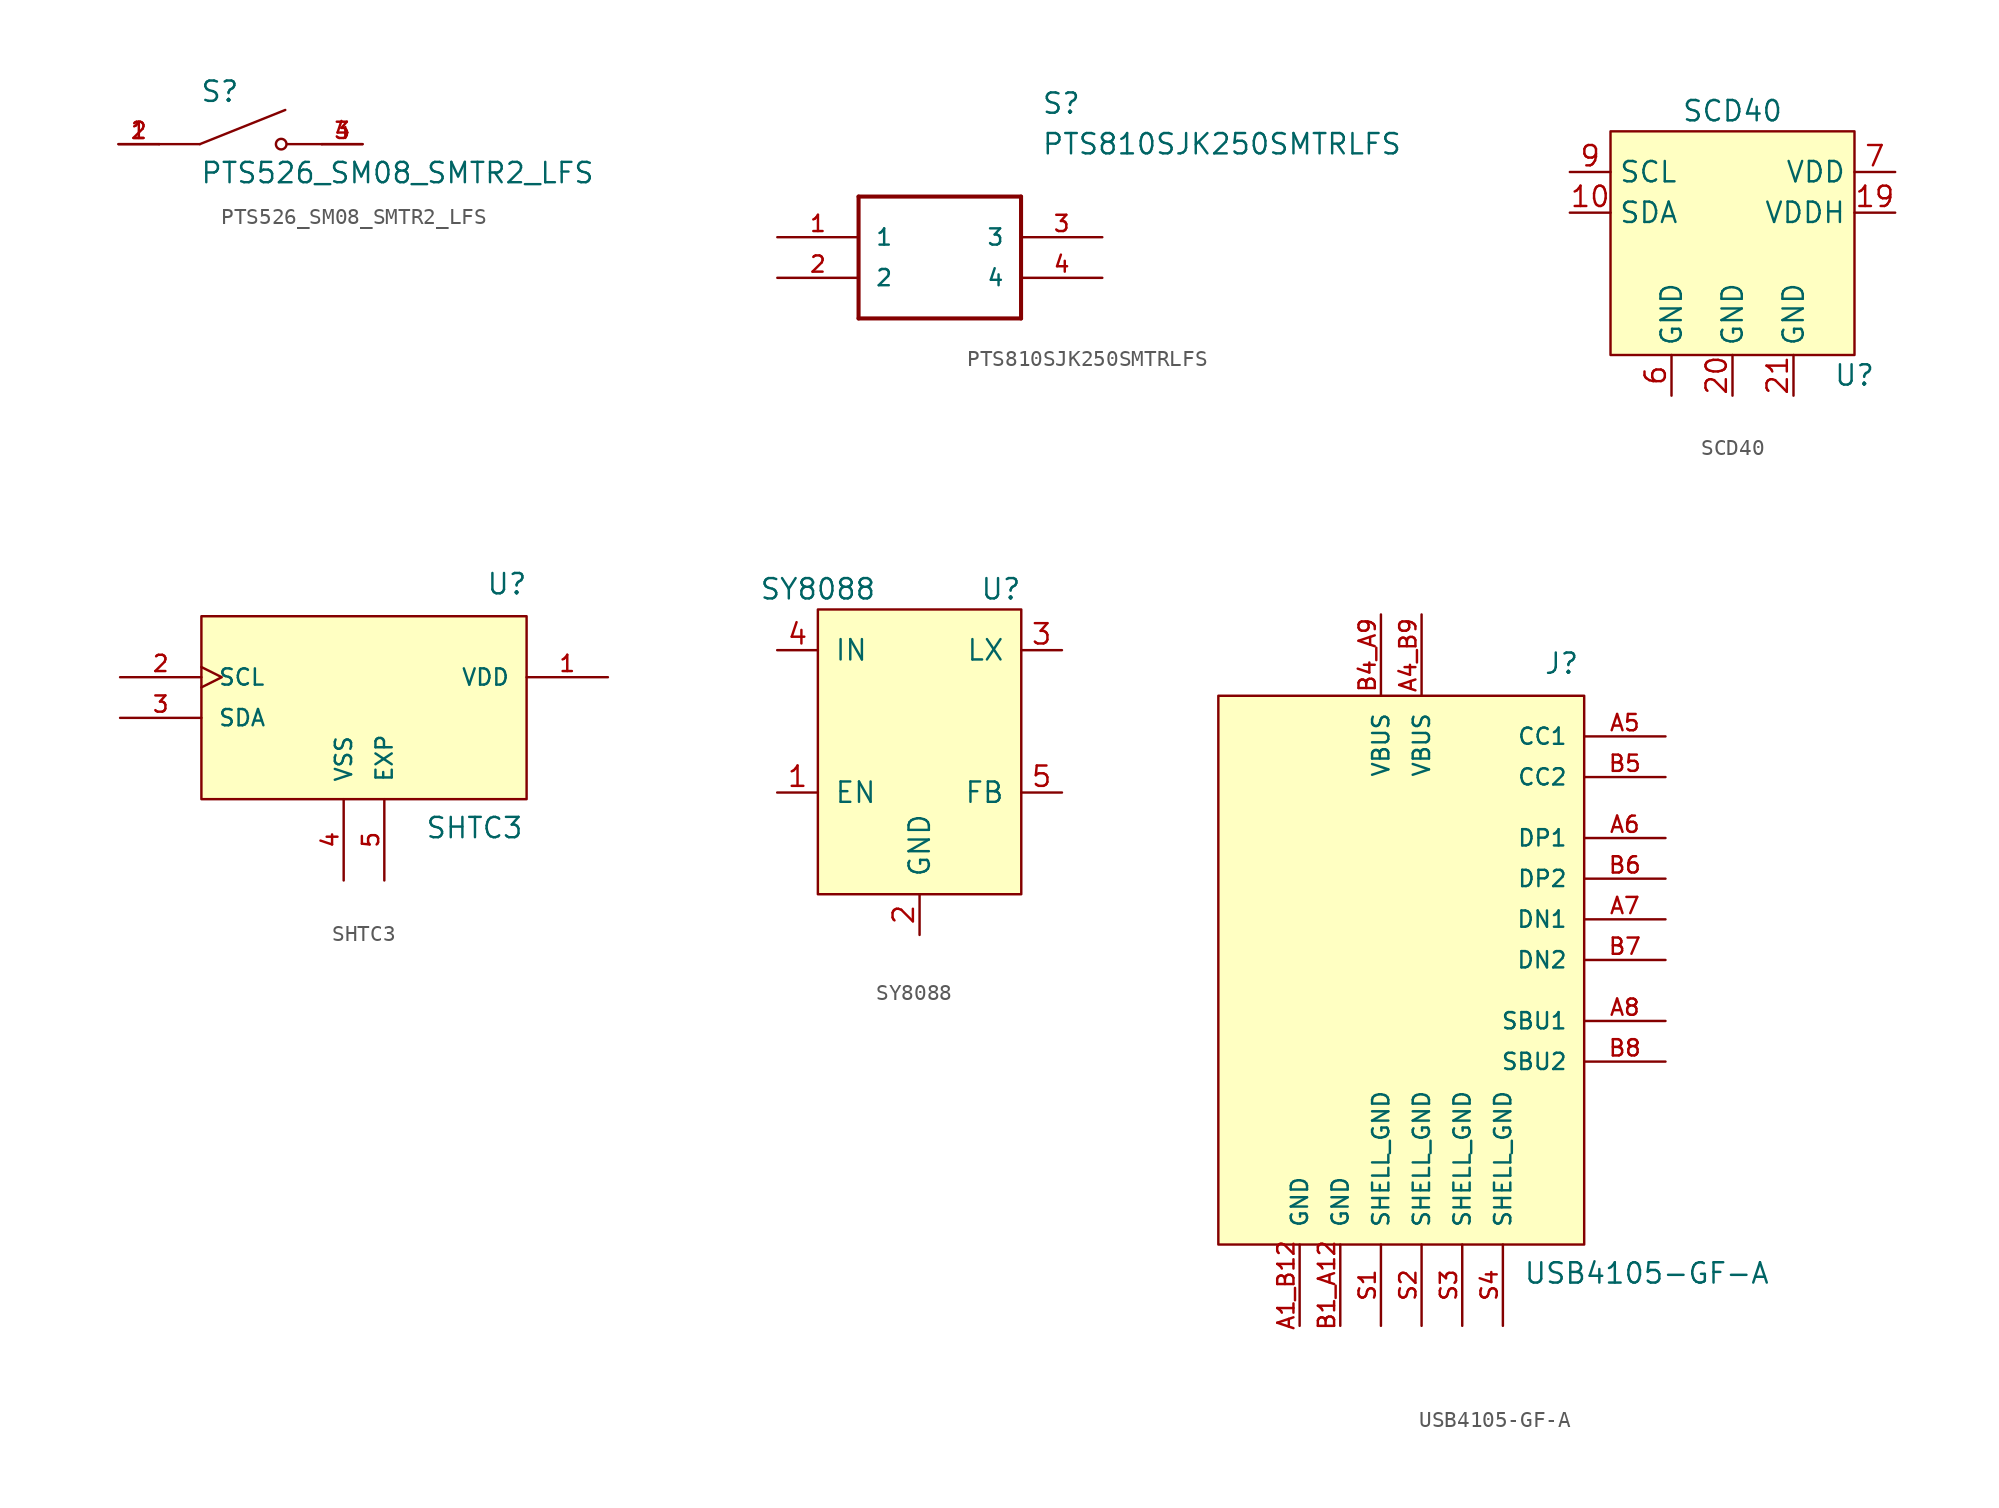
<source format=kicad_sym>
(kicad_symbol_lib
  (version 20231120)
  (generator "kicad_symbol_editor")
  (generator_version "8.0")
  (symbol "PTS526_SM08_SMTR2_LFS"
    (pin_names
      (offset 1.016) hide)
    (property "Reference" "S"
      (at -2.54 2.54 0)
      (effects (font (size 1.27 1.27)) (justify left bottom)))
    (property "Value" "PTS526_SM08_SMTR2_LFS"
      (at -2.54 -2.54 0)
      (effects (font (size 1.27 1.27)) (justify left bottom)))
    (property "ki_locked" ""
      (at 0 0 0)
      (effects (font (size 1.27 1.27))))
    (symbol "PTS526_SM08_SMTR2_LFS_0_0"
      (polyline (pts (xy -2.54 0) (xy -5.08 0)) (stroke (width 0.152) (type default)) (fill (type none)))
      (polyline (pts (xy -2.54 0) (xy 2.794 2.134)) (stroke (width 0.152) (type default)) (fill (type none)))
      (polyline (pts (xy 5.08 0) (xy 2.921 0)) (stroke (width 0.152) (type default)) (fill (type none)))
      (circle (center 2.54 0) (radius 0.33) (stroke (width 0.152) (type default)) (fill (type none)))
      (pin passive line (at -7.62 0 0) (length 2.54) (name "~" (effects (font (size 1.016 1.016)))) (number "1" (effects (font (size 1.016 1.016)))))
      (pin passive line (at -7.62 0 0) (length 2.54) (name "~" (effects (font (size 1.016 1.016)))) (number "2" (effects (font (size 1.016 1.016)))))
      (pin passive line (at 7.62 0 180) (length 2.54) (name "~" (effects (font (size 1.016 1.016)))) (number "3" (effects (font (size 1.016 1.016)))))
      (pin passive line (at 7.62 0 180) (length 2.54) (name "~" (effects (font (size 1.016 1.016)))) (number "4" (effects (font (size 1.016 1.016)))))))
  (symbol "PTS810SJK250SMTRLFS"
    (pin_names
      (offset 1.016))
    (property "Reference" "S"
      (at 16.51 7.62 0)
      (effects (font (size 1.27 1.27)) (justify left bottom)))
    (property "Value" "PTS810SJK250SMTRLFS"
      (at 16.51 5.08 0)
      (effects (font (size 1.27 1.27)) (justify left bottom)))
    (property "ki_locked" ""
      (at 0 0 0)
      (effects (font (size 1.27 1.27))))
    (symbol "PTS810SJK250SMTRLFS_0_0"
      (polyline (pts (xy 5.08 2.54) (xy 5.08 -5.08)) (stroke (width 0.254) (type default)) (fill (type none)))
      (polyline (pts (xy 5.08 2.54) (xy 15.24 2.54)) (stroke (width 0.254) (type default)) (fill (type none)))
      (polyline (pts (xy 15.24 -5.08) (xy 5.08 -5.08)) (stroke (width 0.254) (type default)) (fill (type none)))
      (polyline (pts (xy 15.24 -5.08) (xy 15.24 2.54)) (stroke (width 0.254) (type default)) (fill (type none)))
      (pin bidirectional line (at 0 0 0) (length 5.08) (name "1" (effects (font (size 1.016 1.016)))) (number "1" (effects (font (size 1.016 1.016)))))
      (pin bidirectional line (at 0 -2.54 0) (length 5.08) (name "2" (effects (font (size 1.016 1.016)))) (number "2" (effects (font (size 1.016 1.016)))))
      (pin bidirectional line (at 20.32 0 180) (length 5.08) (name "3" (effects (font (size 1.016 1.016)))) (number "3" (effects (font (size 1.016 1.016)))))
      (pin bidirectional line (at 20.32 -2.54 180) (length 5.08) (name "4" (effects (font (size 1.016 1.016)))) (number "4" (effects (font (size 1.016 1.016)))))))
  (symbol "SCD40"
    (property "Reference" "U"
      (at 7.62 -10.16 0)
      (effects (font (size 1.27 1.27))))
    (property "Value" "SCD40"
      (at 0 6.35 0)
      (effects (font (size 1.27 1.27))))
    (symbol "SCD40_0_1"
      (rectangle (start -7.62 5.08) (end 7.62 -8.89) (stroke (width 0.152) (type default)) (fill (type background))))
    (symbol "SCD40_1_1"
      (pin input line (at -10.16 0 0) (length 2.54) (name "SDA" (effects (font (size 1.27 1.27)))) (number "10" (effects (font (size 1.27 1.27)))))
      (pin input line (at 10.16 0 180) (length 2.54) (name "VDDH" (effects (font (size 1.27 1.27)))) (number "19" (effects (font (size 1.27 1.27)))))
      (pin input line (at 0 -11.43 90) (length 2.54) (name "GND" (effects (font (size 1.27 1.27)))) (number "20" (effects (font (size 1.27 1.27)))))
      (pin input line (at 3.81 -11.43 90) (length 2.54) (name "GND" (effects (font (size 1.27 1.27)))) (number "21" (effects (font (size 1.27 1.27)))))
      (pin input line (at -3.81 -11.43 90) (length 2.54) (name "GND" (effects (font (size 1.27 1.27)))) (number "6" (effects (font (size 1.27 1.27)))))
      (pin input line (at 10.16 2.54 180) (length 2.54) (name "VDD" (effects (font (size 1.27 1.27)))) (number "7" (effects (font (size 1.27 1.27)))))
      (pin input line (at -10.16 2.54 0) (length 2.54) (name "SCL" (effects (font (size 1.27 1.27)))) (number "9" (effects (font (size 1.27 1.27)))))))
  (symbol "SHTC3"
    (pin_names
      (offset 1.016))
    (property "Reference" "U"
      (at 7.62 2.54 0)
      (effects (font (size 1.27 1.27)) (justify left bottom)))
    (property "Value" "SHTC3"
      (at 3.81 -12.7 0)
      (effects (font (size 1.27 1.27)) (justify left bottom)))
    (property "ki_locked" ""
      (at 0 0 0)
      (effects (font (size 1.27 1.27))))
    (symbol "SHTC3_0_0"
      (pin power_in line (at 15.24 -2.54 180) (length 5.08) (name "VDD" (effects (font (size 1.016 1.016)))) (number "1" (effects (font (size 1.016 1.016)))))
      (pin bidirectional clock (at -15.24 -2.54 0) (length 5.08) (name "SCL" (effects (font (size 1.016 1.016)))) (number "2" (effects (font (size 1.016 1.016)))))
      (pin bidirectional line (at -15.24 -5.08 0) (length 5.08) (name "SDA" (effects (font (size 1.016 1.016)))) (number "3" (effects (font (size 1.016 1.016)))))
      (pin power_in line (at -1.27 -15.24 90) (length 5.08) (name "VSS" (effects (font (size 1.016 1.016)))) (number "4" (effects (font (size 1.016 1.016)))))
      (pin power_in line (at 1.27 -15.24 90) (length 5.08) (name "EXP" (effects (font (size 1.016 1.016)))) (number "5" (effects (font (size 1.016 1.016))))))
    (symbol "SHTC3_1_1"
      (rectangle (start -10.16 1.27) (end 10.16 -10.16) (stroke (width 0) (type default)) (fill (type background)))))
  (symbol "SY8088"
    (pin_names
      (offset 1.016))
    (property "Reference" "U"
      (at 5.08 10.16 0)
      (effects (font (size 1.27 1.27))))
    (property "Value" "SY8088"
      (at -6.35 10.16 0)
      (effects (font (size 1.27 1.27))))
    (symbol "SY8088_0_1"
      (rectangle (start -6.35 8.89) (end 6.35 -8.89) (stroke (width 0) (type default)) (fill (type background))))
    (symbol "SY8088_1_1"
      (pin input line (at -8.89 -2.54 0) (length 2.54) (name "EN" (effects (font (size 1.27 1.27)))) (number "1" (effects (font (size 1.27 1.27)))))
      (pin power_in line (at 0 -11.43 90) (length 2.54) (name "GND" (effects (font (size 1.27 1.27)))) (number "2" (effects (font (size 1.27 1.27)))))
      (pin power_out line (at 8.89 6.35 180) (length 2.54) (name "LX" (effects (font (size 1.27 1.27)))) (number "3" (effects (font (size 1.27 1.27)))))
      (pin power_in line (at -8.89 6.35 0) (length 2.54) (name "IN" (effects (font (size 1.27 1.27)))) (number "4" (effects (font (size 1.27 1.27)))))
      (pin input line (at 8.89 -2.54 180) (length 2.54) (name "FB" (effects (font (size 1.27 1.27)))) (number "5" (effects (font (size 1.27 1.27)))))))
  (symbol "USB4105-GF-A"
    (pin_names
      (offset 1.016))
    (property "Reference" "J"
      (at 8.89 17.78 0)
      (effects (font (size 1.27 1.27)) (justify left bottom)))
    (property "Value" "USB4105-GF-A"
      (at 7.62 -20.32 0)
      (effects (font (size 1.27 1.27)) (justify left bottom)))
    (property "ki_locked" ""
      (at 0 0 0)
      (effects (font (size 1.27 1.27))))
    (symbol "USB4105-GF-A_0_0"
      (pin power_in line (at -6.35 -22.86 90) (length 5.08) (name "GND" (effects (font (size 1.016 1.016)))) (number "A1_B12" (effects (font (size 1.016 1.016)))))
      (pin power_in line (at 1.27 21.59 270) (length 5.08) (name "VBUS" (effects (font (size 1.016 1.016)))) (number "A4_B9" (effects (font (size 1.016 1.016)))))
      (pin bidirectional line (at 16.51 13.97 180) (length 5.08) (name "CC1" (effects (font (size 1.016 1.016)))) (number "A5" (effects (font (size 1.016 1.016)))))
      (pin bidirectional line (at 16.51 7.62 180) (length 5.08) (name "DP1" (effects (font (size 1.016 1.016)))) (number "A6" (effects (font (size 1.016 1.016)))))
      (pin bidirectional line (at 16.51 2.54 180) (length 5.08) (name "DN1" (effects (font (size 1.016 1.016)))) (number "A7" (effects (font (size 1.016 1.016)))))
      (pin bidirectional line (at 16.51 -3.81 180) (length 5.08) (name "SBU1" (effects (font (size 1.016 1.016)))) (number "A8" (effects (font (size 1.016 1.016)))))
      (pin power_in line (at -3.81 -22.86 90) (length 5.08) (name "GND" (effects (font (size 1.016 1.016)))) (number "B1_A12" (effects (font (size 1.016 1.016)))))
      (pin power_in line (at -1.27 21.59 270) (length 5.08) (name "VBUS" (effects (font (size 1.016 1.016)))) (number "B4_A9" (effects (font (size 1.016 1.016)))))
      (pin bidirectional line (at 16.51 11.43 180) (length 5.08) (name "CC2" (effects (font (size 1.016 1.016)))) (number "B5" (effects (font (size 1.016 1.016)))))
      (pin bidirectional line (at 16.51 5.08 180) (length 5.08) (name "DP2" (effects (font (size 1.016 1.016)))) (number "B6" (effects (font (size 1.016 1.016)))))
      (pin bidirectional line (at 16.51 0 180) (length 5.08) (name "DN2" (effects (font (size 1.016 1.016)))) (number "B7" (effects (font (size 1.016 1.016)))))
      (pin bidirectional line (at 16.51 -6.35 180) (length 5.08) (name "SBU2" (effects (font (size 1.016 1.016)))) (number "B8" (effects (font (size 1.016 1.016)))))
      (pin power_in line (at -1.27 -22.86 90) (length 5.08) (name "SHELL_GND" (effects (font (size 1.016 1.016)))) (number "S1" (effects (font (size 1.016 1.016)))))
      (pin power_in line (at 1.27 -22.86 90) (length 5.08) (name "SHELL_GND" (effects (font (size 1.016 1.016)))) (number "S2" (effects (font (size 1.016 1.016)))))
      (pin power_in line (at 3.81 -22.86 90) (length 5.08) (name "SHELL_GND" (effects (font (size 1.016 1.016)))) (number "S3" (effects (font (size 1.016 1.016)))))
      (pin power_in line (at 6.35 -22.86 90) (length 5.08) (name "SHELL_GND" (effects (font (size 1.016 1.016)))) (number "S4" (effects (font (size 1.016 1.016))))))
    (symbol "USB4105-GF-A_1_1"
      (rectangle (start 11.43 16.51) (end -11.43 -17.78) (stroke (width 0) (type default)) (fill (type background))))))
</source>
